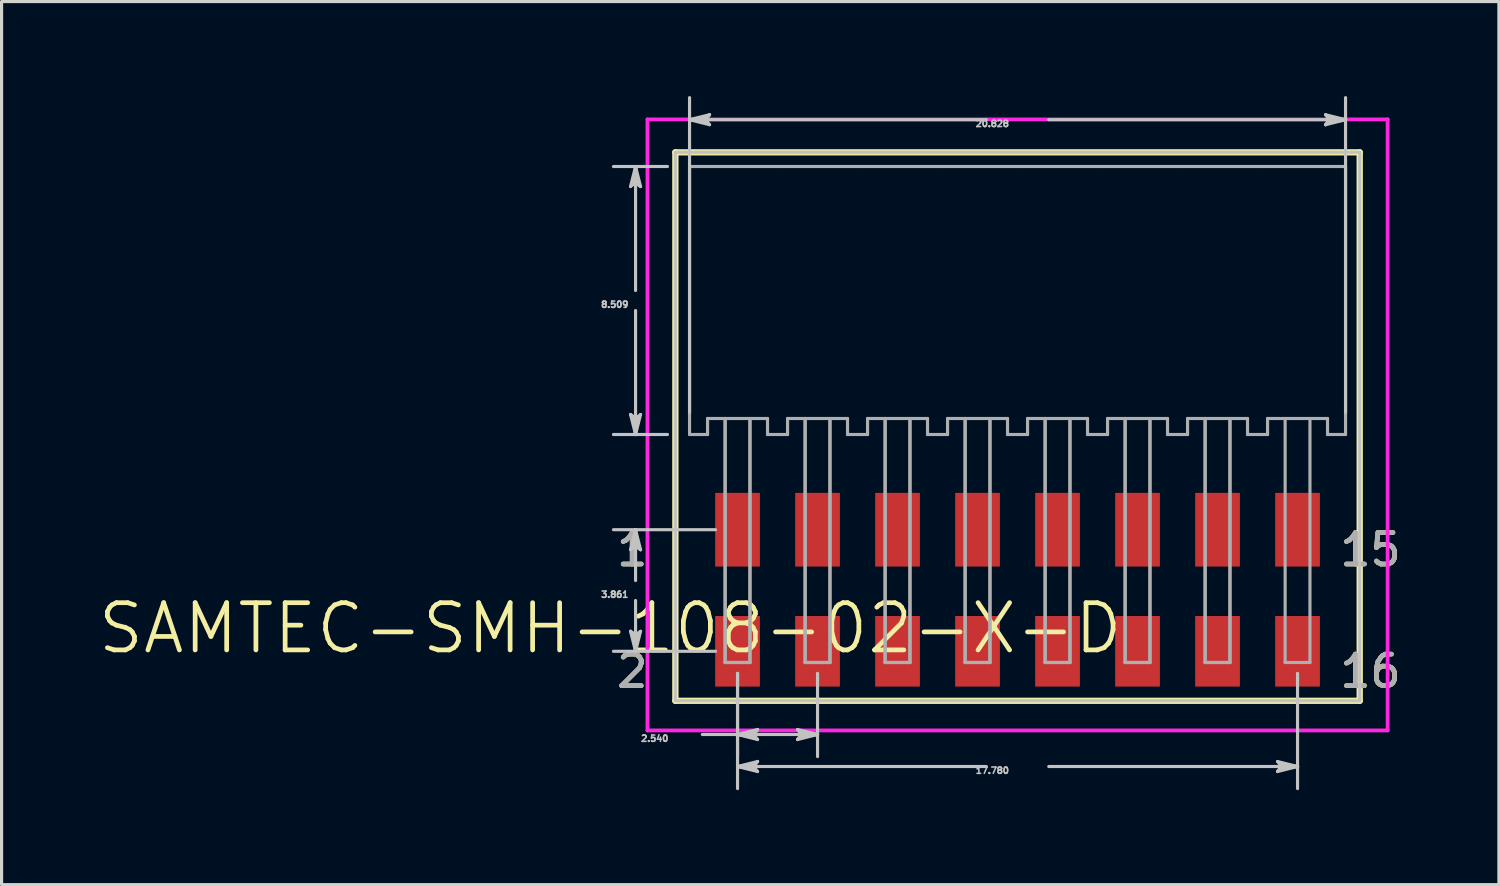
<source format=kicad_pcb>
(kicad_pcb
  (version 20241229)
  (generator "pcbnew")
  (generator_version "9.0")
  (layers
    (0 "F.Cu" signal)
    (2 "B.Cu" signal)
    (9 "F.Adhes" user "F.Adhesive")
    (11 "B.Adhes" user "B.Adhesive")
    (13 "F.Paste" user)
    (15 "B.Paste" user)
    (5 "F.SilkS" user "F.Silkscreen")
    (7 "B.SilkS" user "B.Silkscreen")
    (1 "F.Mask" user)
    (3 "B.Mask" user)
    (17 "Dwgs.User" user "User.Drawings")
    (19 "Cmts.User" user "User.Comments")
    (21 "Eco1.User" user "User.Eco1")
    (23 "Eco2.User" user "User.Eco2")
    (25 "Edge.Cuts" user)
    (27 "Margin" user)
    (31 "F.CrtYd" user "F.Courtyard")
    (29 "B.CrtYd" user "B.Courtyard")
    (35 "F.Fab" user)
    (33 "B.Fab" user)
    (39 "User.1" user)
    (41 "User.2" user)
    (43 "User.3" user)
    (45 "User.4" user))
  (footprint "SAMTEC-SMH-108-02-X-D"
    (layer "F.Cu")
    (at 29.257 6.491)
    (property "Reference" "SAMTEC-SMH-108-02-X-D" (at -12.932 10.408 0) (layer "F.SilkS") (effects (font (size 1.5 1.5) (thickness 0.15))))
    (attr through_hole)
    (fp_poly (pts (xy -9.651 6.056) (xy -8.129 6.056) (xy -8.129 8.498) (xy -9.651 8.498)) (stroke (width 0.01) (type solid)) (fill yes) (layer "F.Mask"))
    (fp_poly (pts (xy -9.651 9.967) (xy -8.129 9.967) (xy -8.129 12.309) (xy -9.651 12.309)) (stroke (width 0.01) (type solid)) (fill yes) (layer "F.Mask"))
    (fp_poly (pts (xy -7.111 6.056) (xy -5.589 6.056) (xy -5.589 8.498) (xy -7.111 8.498)) (stroke (width 0.01) (type solid)) (fill yes) (layer "F.Mask"))
    (fp_poly (pts (xy -7.111 9.967) (xy -5.589 9.967) (xy -5.589 12.309) (xy -7.111 12.309)) (stroke (width 0.01) (type solid)) (fill yes) (layer "F.Mask"))
    (fp_poly (pts (xy -4.571 6.056) (xy -3.049 6.056) (xy -3.049 8.498) (xy -4.571 8.498)) (stroke (width 0.01) (type solid)) (fill yes) (layer "F.Mask"))
    (fp_poly (pts (xy -4.571 9.967) (xy -3.049 9.967) (xy -3.049 12.309) (xy -4.571 12.309)) (stroke (width 0.01) (type solid)) (fill yes) (layer "F.Mask"))
    (fp_poly (pts (xy -2.031 6.056) (xy -0.509 6.056) (xy -0.509 8.498) (xy -2.031 8.498)) (stroke (width 0.01) (type solid)) (fill yes) (layer "F.Mask"))
    (fp_poly (pts (xy -2.031 9.967) (xy -0.509 9.967) (xy -0.509 12.309) (xy -2.031 12.309)) (stroke (width 0.01) (type solid)) (fill yes) (layer "F.Mask"))
    (fp_poly (pts (xy 0.509 6.056) (xy 2.031 6.056) (xy 2.031 8.498) (xy 0.509 8.498)) (stroke (width 0.01) (type solid)) (fill yes) (layer "F.Mask"))
    (fp_poly (pts (xy 0.509 9.967) (xy 2.031 9.967) (xy 2.031 12.309) (xy 0.509 12.309)) (stroke (width 0.01) (type solid)) (fill yes) (layer "F.Mask"))
    (fp_poly (pts (xy 3.049 6.056) (xy 4.571 6.056) (xy 4.571 8.498) (xy 3.049 8.498)) (stroke (width 0.01) (type solid)) (fill yes) (layer "F.Mask"))
    (fp_poly (pts (xy 3.049 9.967) (xy 4.571 9.967) (xy 4.571 12.309) (xy 3.049 12.309)) (stroke (width 0.01) (type solid)) (fill yes) (layer "F.Mask"))
    (fp_poly (pts (xy 5.589 6.056) (xy 7.111 6.056) (xy 7.111 8.498) (xy 5.589 8.498)) (stroke (width 0.01) (type solid)) (fill yes) (layer "F.Mask"))
    (fp_poly (pts (xy 5.589 9.967) (xy 7.111 9.967) (xy 7.111 12.309) (xy 5.589 12.309)) (stroke (width 0.01) (type solid)) (fill yes) (layer "F.Mask"))
    (fp_poly (pts (xy 8.129 6.056) (xy 9.651 6.056) (xy 9.651 8.498) (xy 8.129 8.498)) (stroke (width 0.01) (type solid)) (fill yes) (layer "F.Mask"))
    (fp_poly (pts (xy 8.129 9.967) (xy 9.651 9.967) (xy 9.651 12.309) (xy 8.129 12.309)) (stroke (width 0.01) (type solid)) (fill yes) (layer "F.Mask"))
    (fp_line (start -10.864 -4.705) (end -10.864 12.709) (stroke (width 0.2) (type solid)) (layer "F.SilkS"))
    (fp_line (start -10.864 12.709) (end 10.864 12.709) (stroke (width 0.2) (type solid)) (layer "F.SilkS"))
    (fp_line (start 10.864 -4.705) (end -10.864 -4.705) (stroke (width 0.2) (type solid)) (layer "F.SilkS"))
    (fp_line (start 10.864 12.709) (end 10.864 -4.705) (stroke (width 0.2) (type solid)) (layer "F.SilkS"))
    (fp_poly (pts (xy -9.6 6.107) (xy -8.18 6.107) (xy -8.18 8.447) (xy -9.6 8.447)) (stroke (width 0.01) (type solid)) (fill yes) (layer "F.Paste"))
    (fp_poly (pts (xy -9.6 10.018) (xy -8.18 10.018) (xy -8.18 12.258) (xy -9.6 12.258)) (stroke (width 0.01) (type solid)) (fill yes) (layer "F.Paste"))
    (fp_poly (pts (xy -7.06 6.107) (xy -5.64 6.107) (xy -5.64 8.447) (xy -7.06 8.447)) (stroke (width 0.01) (type solid)) (fill yes) (layer "F.Paste"))
    (fp_poly (pts (xy -7.06 10.018) (xy -5.64 10.018) (xy -5.64 12.258) (xy -7.06 12.258)) (stroke (width 0.01) (type solid)) (fill yes) (layer "F.Paste"))
    (fp_poly (pts (xy -4.52 6.107) (xy -3.1 6.107) (xy -3.1 8.447) (xy -4.52 8.447)) (stroke (width 0.01) (type solid)) (fill yes) (layer "F.Paste"))
    (fp_poly (pts (xy -4.52 10.018) (xy -3.1 10.018) (xy -3.1 12.258) (xy -4.52 12.258)) (stroke (width 0.01) (type solid)) (fill yes) (layer "F.Paste"))
    (fp_poly (pts (xy -1.98 6.107) (xy -0.56 6.107) (xy -0.56 8.447) (xy -1.98 8.447)) (stroke (width 0.01) (type solid)) (fill yes) (layer "F.Paste"))
    (fp_poly (pts (xy -1.98 10.018) (xy -0.56 10.018) (xy -0.56 12.258) (xy -1.98 12.258)) (stroke (width 0.01) (type solid)) (fill yes) (layer "F.Paste"))
    (fp_poly (pts (xy 0.56 6.107) (xy 1.98 6.107) (xy 1.98 8.447) (xy 0.56 8.447)) (stroke (width 0.01) (type solid)) (fill yes) (layer "F.Paste"))
    (fp_poly (pts (xy 0.56 10.018) (xy 1.98 10.018) (xy 1.98 12.258) (xy 0.56 12.258)) (stroke (width 0.01) (type solid)) (fill yes) (layer "F.Paste"))
    (fp_poly (pts (xy 3.1 6.107) (xy 4.52 6.107) (xy 4.52 8.447) (xy 3.1 8.447)) (stroke (width 0.01) (type solid)) (fill yes) (layer "F.Paste"))
    (fp_poly (pts (xy 3.1 10.018) (xy 4.52 10.018) (xy 4.52 12.258) (xy 3.1 12.258)) (stroke (width 0.01) (type solid)) (fill yes) (layer "F.Paste"))
    (fp_poly (pts (xy 5.64 6.107) (xy 7.06 6.107) (xy 7.06 8.447) (xy 5.64 8.447)) (stroke (width 0.01) (type solid)) (fill yes) (layer "F.Paste"))
    (fp_poly (pts (xy 5.64 10.018) (xy 7.06 10.018) (xy 7.06 12.258) (xy 5.64 12.258)) (stroke (width 0.01) (type solid)) (fill yes) (layer "F.Paste"))
    (fp_poly (pts (xy 8.18 6.107) (xy 9.6 6.107) (xy 9.6 8.447) (xy 8.18 8.447)) (stroke (width 0.01) (type solid)) (fill yes) (layer "F.Paste"))
    (fp_poly (pts (xy 8.18 10.018) (xy 9.6 10.018) (xy 9.6 12.258) (xy 8.18 12.258)) (stroke (width 0.01) (type solid)) (fill yes) (layer "F.Paste"))
    (fp_line (start -12.287 -3.62) (end -12.128 -3.746) (stroke (width 0.1) (type solid)) (layer "Dwgs.User"))
    (fp_line (start -12.287 3.62) (end -12.128 4.254) (stroke (width 0.1) (type solid)) (layer "Dwgs.User"))
    (fp_line (start -12.287 7.912) (end -12.128 7.785) (stroke (width 0.1) (type solid)) (layer "Dwgs.User"))
    (fp_line (start -12.287 10.503) (end -12.128 11.138) (stroke (width 0.1) (type solid)) (layer "Dwgs.User"))
    (fp_line (start -12.208 -3.683) (end -12.128 -3.746) (stroke (width 0.1) (type solid)) (layer "Dwgs.User"))
    (fp_line (start -12.208 3.683) (end -12.287 3.62) (stroke (width 0.1) (type solid)) (layer "Dwgs.User"))
    (fp_line (start -12.208 7.849) (end -12.128 7.785) (stroke (width 0.1) (type solid)) (layer "Dwgs.User"))
    (fp_line (start -12.208 10.566) (end -12.287 10.503) (stroke (width 0.1) (type solid)) (layer "Dwgs.User"))
    (fp_line (start -12.128 -4.254) (end -12.287 -3.62) (stroke (width 0.1) (type solid)) (layer "Dwgs.User"))
    (fp_line (start -12.128 -4.254) (end -12.208 -3.683) (stroke (width 0.1) (type solid)) (layer "Dwgs.User"))
    (fp_line (start -12.128 -4.254) (end -12.049 -3.683) (stroke (width 0.1) (type solid)) (layer "Dwgs.User"))
    (fp_line (start -12.128 -3.746) (end -12.128 -4.254) (stroke (width 0.1) (type solid)) (layer "Dwgs.User"))
    (fp_line (start -12.128 -3.746) (end -11.97 -3.62) (stroke (width 0.1) (type solid)) (layer "Dwgs.User"))
    (fp_line (start -12.128 -0.318) (end -12.128 -4.254) (stroke (width 0.1) (type solid)) (layer "Dwgs.User"))
    (fp_line (start -12.128 0.318) (end -12.128 4.254) (stroke (width 0.1) (type solid)) (layer "Dwgs.User"))
    (fp_line (start -12.128 3.746) (end -12.287 3.62) (stroke (width 0.1) (type solid)) (layer "Dwgs.User"))
    (fp_line (start -12.128 3.746) (end -12.128 4.254) (stroke (width 0.1) (type solid)) (layer "Dwgs.User"))
    (fp_line (start -12.128 4.254) (end -12.208 3.683) (stroke (width 0.1) (type solid)) (layer "Dwgs.User"))
    (fp_line (start -12.128 4.254) (end -12.049 3.683) (stroke (width 0.1) (type solid)) (layer "Dwgs.User"))
    (fp_line (start -12.128 4.254) (end -11.97 3.62) (stroke (width 0.1) (type solid)) (layer "Dwgs.User"))
    (fp_line (start -12.128 7.277) (end -12.287 7.912) (stroke (width 0.1) (type solid)) (layer "Dwgs.User"))
    (fp_line (start -12.128 7.277) (end -12.208 7.849) (stroke (width 0.1) (type solid)) (layer "Dwgs.User"))
    (fp_line (start -12.128 7.277) (end -12.049 7.849) (stroke (width 0.1) (type solid)) (layer "Dwgs.User"))
    (fp_line (start -12.128 7.785) (end -12.128 7.277) (stroke (width 0.1) (type solid)) (layer "Dwgs.User"))
    (fp_line (start -12.128 7.785) (end -11.97 7.912) (stroke (width 0.1) (type solid)) (layer "Dwgs.User"))
    (fp_line (start -12.128 8.89) (end -12.128 7.277) (stroke (width 0.1) (type solid)) (layer "Dwgs.User"))
    (fp_line (start -12.128 9.525) (end -12.128 11.138) (stroke (width 0.1) (type solid)) (layer "Dwgs.User"))
    (fp_line (start -12.128 10.63) (end -12.287 10.503) (stroke (width 0.1) (type solid)) (layer "Dwgs.User"))
    (fp_line (start -12.128 10.63) (end -12.128 11.138) (stroke (width 0.1) (type solid)) (layer "Dwgs.User"))
    (fp_line (start -12.128 11.138) (end -12.208 10.566) (stroke (width 0.1) (type solid)) (layer "Dwgs.User"))
    (fp_line (start -12.128 11.138) (end -12.049 10.566) (stroke (width 0.1) (type solid)) (layer "Dwgs.User"))
    (fp_line (start -12.128 11.138) (end -11.97 10.503) (stroke (width 0.1) (type solid)) (layer "Dwgs.User"))
    (fp_line (start -12.049 -3.683) (end -11.97 -3.62) (stroke (width 0.1) (type solid)) (layer "Dwgs.User"))
    (fp_line (start -12.049 3.683) (end -12.128 3.746) (stroke (width 0.1) (type solid)) (layer "Dwgs.User"))
    (fp_line (start -12.049 7.849) (end -11.97 7.912) (stroke (width 0.1) (type solid)) (layer "Dwgs.User"))
    (fp_line (start -12.049 10.566) (end -12.128 10.63) (stroke (width 0.1) (type solid)) (layer "Dwgs.User"))
    (fp_line (start -11.97 -3.62) (end -12.128 -4.254) (stroke (width 0.1) (type solid)) (layer "Dwgs.User"))
    (fp_line (start -11.97 3.62) (end -12.128 3.746) (stroke (width 0.1) (type solid)) (layer "Dwgs.User"))
    (fp_line (start -11.97 7.912) (end -12.128 7.277) (stroke (width 0.1) (type solid)) (layer "Dwgs.User"))
    (fp_line (start -11.97 10.503) (end -12.128 10.63) (stroke (width 0.1) (type solid)) (layer "Dwgs.User"))
    (fp_line (start -11.115 -4.254) (end -12.83 -4.254) (stroke (width 0.1) (type solid)) (layer "Dwgs.User"))
    (fp_line (start -11.115 4.254) (end -12.83 4.254) (stroke (width 0.1) (type solid)) (layer "Dwgs.User"))
    (fp_line (start -10.864 -4.705) (end -10.864 12.709) (stroke (width 0.1) (type solid)) (layer "Dwgs.User"))
    (fp_line (start -10.864 12.709) (end 10.864 12.709) (stroke (width 0.1) (type solid)) (layer "Dwgs.User"))
    (fp_line (start -10.414 -5.74) (end -9.842 -5.82) (stroke (width 0.1) (type solid)) (layer "Dwgs.User"))
    (fp_line (start -10.414 -5.74) (end -9.842 -5.661) (stroke (width 0.1) (type solid)) (layer "Dwgs.User"))
    (fp_line (start -10.414 -5.74) (end -9.779 -5.582) (stroke (width 0.1) (type solid)) (layer "Dwgs.User"))
    (fp_line (start -10.414 3.553) (end -10.414 -6.441) (stroke (width 0.1) (type solid)) (layer "Dwgs.User"))
    (fp_line (start -10.008 13.78) (end -8.89 13.78) (stroke (width 0.1) (type solid)) (layer "Dwgs.User"))
    (fp_line (start -9.906 -5.74) (end -10.414 -5.74) (stroke (width 0.1) (type solid)) (layer "Dwgs.User"))
    (fp_line (start -9.906 -5.74) (end -9.779 -5.899) (stroke (width 0.1) (type solid)) (layer "Dwgs.User"))
    (fp_line (start -9.842 -5.82) (end -9.779 -5.899) (stroke (width 0.1) (type solid)) (layer "Dwgs.User"))
    (fp_line (start -9.842 -5.661) (end -9.906 -5.74) (stroke (width 0.1) (type solid)) (layer "Dwgs.User"))
    (fp_line (start -9.779 -5.899) (end -10.414 -5.74) (stroke (width 0.1) (type solid)) (layer "Dwgs.User"))
    (fp_line (start -9.779 -5.582) (end -9.906 -5.74) (stroke (width 0.1) (type solid)) (layer "Dwgs.User"))
    (fp_line (start -9.591 7.277) (end -12.83 7.277) (stroke (width 0.1) (type solid)) (layer "Dwgs.User"))
    (fp_line (start -9.591 11.138) (end -12.83 11.138) (stroke (width 0.1) (type solid)) (layer "Dwgs.User"))
    (fp_line (start -8.89 11.839) (end -8.89 14.481) (stroke (width 0.1) (type solid)) (layer "Dwgs.User"))
    (fp_line (start -8.89 11.839) (end -8.89 15.497) (stroke (width 0.1) (type solid)) (layer "Dwgs.User"))
    (fp_line (start -8.89 13.78) (end -8.318 13.7) (stroke (width 0.1) (type solid)) (layer "Dwgs.User"))
    (fp_line (start -8.89 13.78) (end -8.318 13.859) (stroke (width 0.1) (type solid)) (layer "Dwgs.User"))
    (fp_line (start -8.89 13.78) (end -8.255 13.938) (stroke (width 0.1) (type solid)) (layer "Dwgs.User"))
    (fp_line (start -8.89 13.78) (end -6.35 13.78) (stroke (width 0.1) (type solid)) (layer "Dwgs.User"))
    (fp_line (start -8.89 14.796) (end -8.318 14.716) (stroke (width 0.1) (type solid)) (layer "Dwgs.User"))
    (fp_line (start -8.89 14.796) (end -8.318 14.875) (stroke (width 0.1) (type solid)) (layer "Dwgs.User"))
    (fp_line (start -8.89 14.796) (end -8.255 14.954) (stroke (width 0.1) (type solid)) (layer "Dwgs.User"))
    (fp_line (start -8.382 13.78) (end -8.89 13.78) (stroke (width 0.1) (type solid)) (layer "Dwgs.User"))
    (fp_line (start -8.382 13.78) (end -8.255 13.621) (stroke (width 0.1) (type solid)) (layer "Dwgs.User"))
    (fp_line (start -8.382 14.796) (end -8.89 14.796) (stroke (width 0.1) (type solid)) (layer "Dwgs.User"))
    (fp_line (start -8.382 14.796) (end -8.255 14.637) (stroke (width 0.1) (type solid)) (layer "Dwgs.User"))
    (fp_line (start -8.318 13.7) (end -8.255 13.621) (stroke (width 0.1) (type solid)) (layer "Dwgs.User"))
    (fp_line (start -8.318 13.859) (end -8.382 13.78) (stroke (width 0.1) (type solid)) (layer "Dwgs.User"))
    (fp_line (start -8.318 14.716) (end -8.255 14.637) (stroke (width 0.1) (type solid)) (layer "Dwgs.User"))
    (fp_line (start -8.318 14.875) (end -8.382 14.796) (stroke (width 0.1) (type solid)) (layer "Dwgs.User"))
    (fp_line (start -8.255 13.621) (end -8.89 13.78) (stroke (width 0.1) (type solid)) (layer "Dwgs.User"))
    (fp_line (start -8.255 13.938) (end -8.382 13.78) (stroke (width 0.1) (type solid)) (layer "Dwgs.User"))
    (fp_line (start -8.255 14.637) (end -8.89 14.796) (stroke (width 0.1) (type solid)) (layer "Dwgs.User"))
    (fp_line (start -8.255 14.954) (end -8.382 14.796) (stroke (width 0.1) (type solid)) (layer "Dwgs.User"))
    (fp_line (start -6.985 13.621) (end -6.858 13.78) (stroke (width 0.1) (type solid)) (layer "Dwgs.User"))
    (fp_line (start -6.985 13.938) (end -6.35 13.78) (stroke (width 0.1) (type solid)) (layer "Dwgs.User"))
    (fp_line (start -6.922 13.7) (end -6.858 13.78) (stroke (width 0.1) (type solid)) (layer "Dwgs.User"))
    (fp_line (start -6.922 13.859) (end -6.985 13.938) (stroke (width 0.1) (type solid)) (layer "Dwgs.User"))
    (fp_line (start -6.858 13.78) (end -6.985 13.938) (stroke (width 0.1) (type solid)) (layer "Dwgs.User"))
    (fp_line (start -6.858 13.78) (end -6.35 13.78) (stroke (width 0.1) (type solid)) (layer "Dwgs.User"))
    (fp_line (start -6.35 11.839) (end -6.35 14.481) (stroke (width 0.1) (type solid)) (layer "Dwgs.User"))
    (fp_line (start -6.35 13.78) (end -6.985 13.621) (stroke (width 0.1) (type solid)) (layer "Dwgs.User"))
    (fp_line (start -6.35 13.78) (end -6.922 13.7) (stroke (width 0.1) (type solid)) (layer "Dwgs.User"))
    (fp_line (start -6.35 13.78) (end -6.922 13.859) (stroke (width 0.1) (type solid)) (layer "Dwgs.User"))
    (fp_line (start -0.991 -5.74) (end -10.414 -5.74) (stroke (width 0.1) (type solid)) (layer "Dwgs.User"))
    (fp_line (start -0.991 14.796) (end -8.89 14.796) (stroke (width 0.1) (type solid)) (layer "Dwgs.User"))
    (fp_line (start 0.991 -5.74) (end 10.414 -5.74) (stroke (width 0.1) (type solid)) (layer "Dwgs.User"))
    (fp_line (start 0.991 14.796) (end 8.89 14.796) (stroke (width 0.1) (type solid)) (layer "Dwgs.User"))
    (fp_line (start 8.255 14.637) (end 8.382 14.796) (stroke (width 0.1) (type solid)) (layer "Dwgs.User"))
    (fp_line (start 8.255 14.954) (end 8.89 14.796) (stroke (width 0.1) (type solid)) (layer "Dwgs.User"))
    (fp_line (start 8.318 14.716) (end 8.382 14.796) (stroke (width 0.1) (type solid)) (layer "Dwgs.User"))
    (fp_line (start 8.318 14.875) (end 8.255 14.954) (stroke (width 0.1) (type solid)) (layer "Dwgs.User"))
    (fp_line (start 8.382 14.796) (end 8.255 14.954) (stroke (width 0.1) (type solid)) (layer "Dwgs.User"))
    (fp_line (start 8.382 14.796) (end 8.89 14.796) (stroke (width 0.1) (type solid)) (layer "Dwgs.User"))
    (fp_line (start 8.89 11.839) (end 8.89 15.497) (stroke (width 0.1) (type solid)) (layer "Dwgs.User"))
    (fp_line (start 8.89 14.796) (end 8.255 14.637) (stroke (width 0.1) (type solid)) (layer "Dwgs.User"))
    (fp_line (start 8.89 14.796) (end 8.318 14.716) (stroke (width 0.1) (type solid)) (layer "Dwgs.User"))
    (fp_line (start 8.89 14.796) (end 8.318 14.875) (stroke (width 0.1) (type solid)) (layer "Dwgs.User"))
    (fp_line (start 9.779 -5.899) (end 9.906 -5.74) (stroke (width 0.1) (type solid)) (layer "Dwgs.User"))
    (fp_line (start 9.779 -5.582) (end 10.414 -5.74) (stroke (width 0.1) (type solid)) (layer "Dwgs.User"))
    (fp_line (start 9.842 -5.82) (end 9.906 -5.74) (stroke (width 0.1) (type solid)) (layer "Dwgs.User"))
    (fp_line (start 9.842 -5.661) (end 9.779 -5.582) (stroke (width 0.1) (type solid)) (layer "Dwgs.User"))
    (fp_line (start 9.906 -5.74) (end 9.779 -5.582) (stroke (width 0.1) (type solid)) (layer "Dwgs.User"))
    (fp_line (start 9.906 -5.74) (end 10.414 -5.74) (stroke (width 0.1) (type solid)) (layer "Dwgs.User"))
    (fp_line (start 10.414 -5.74) (end 9.779 -5.899) (stroke (width 0.1) (type solid)) (layer "Dwgs.User"))
    (fp_line (start 10.414 -5.74) (end 9.842 -5.82) (stroke (width 0.1) (type solid)) (layer "Dwgs.User"))
    (fp_line (start 10.414 -5.74) (end 9.842 -5.661) (stroke (width 0.1) (type solid)) (layer "Dwgs.User"))
    (fp_line (start 10.414 3.553) (end 10.414 -6.441) (stroke (width 0.1) (type solid)) (layer "Dwgs.User"))
    (fp_line (start 10.864 -4.705) (end -10.864 -4.705) (stroke (width 0.1) (type solid)) (layer "Dwgs.User"))
    (fp_line (start 10.864 12.709) (end 10.864 -4.705) (stroke (width 0.1) (type solid)) (layer "Dwgs.User"))
    (fp_line (start -11.75 -5.75) (end 11.75 -5.75) (stroke (width 0.12) (type solid)) (layer "F.CrtYd"))
    (fp_line (start -11.75 13.65) (end -11.75 -5.75) (stroke (width 0.12) (type solid)) (layer "F.CrtYd"))
    (fp_line (start 11.75 -5.75) (end 11.75 13.65) (stroke (width 0.12) (type solid)) (layer "F.CrtYd"))
    (fp_line (start 11.75 13.65) (end -11.75 13.65) (stroke (width 0.12) (type solid)) (layer "F.CrtYd"))
    (fp_line (start -10.414 -4.254) (end -10.414 4.254) (stroke (width 0.1) (type solid)) (layer "F.Fab"))
    (fp_line (start -10.414 4.254) (end -9.842 4.254) (stroke (width 0.1) (type solid)) (layer "F.Fab"))
    (fp_line (start -9.842 3.746) (end -7.938 3.746) (stroke (width 0.1) (type solid)) (layer "F.Fab"))
    (fp_line (start -9.842 4.254) (end -9.842 3.746) (stroke (width 0.1) (type solid)) (layer "F.Fab"))
    (fp_line (start -9.284 11.494) (end -9.284 3.746) (stroke (width 0.1) (type solid)) (layer "F.Fab"))
    (fp_line (start -9.284 11.494) (end -9.284 3.746) (stroke (width 0.1) (type solid)) (layer "F.Fab"))
    (fp_line (start -9.284 11.494) (end -8.496 11.494) (stroke (width 0.1) (type solid)) (layer "F.Fab"))
    (fp_line (start -9.284 11.494) (end -8.496 11.494) (stroke (width 0.1) (type solid)) (layer "F.Fab"))
    (fp_line (start -8.496 3.746) (end -8.496 11.494) (stroke (width 0.1) (type solid)) (layer "F.Fab"))
    (fp_line (start -8.496 11.494) (end -8.496 3.746) (stroke (width 0.1) (type solid)) (layer "F.Fab"))
    (fp_line (start -7.938 3.746) (end -7.938 4.254) (stroke (width 0.1) (type solid)) (layer "F.Fab"))
    (fp_line (start -7.62 -4.254) (end -10.414 -4.254) (stroke (width 0.1) (type solid)) (layer "F.Fab"))
    (fp_line (start -7.62 4.254) (end -7.938 4.254) (stroke (width 0.1) (type solid)) (layer "F.Fab"))
    (fp_line (start -7.62 4.254) (end -7.302 4.254) (stroke (width 0.1) (type solid)) (layer "F.Fab"))
    (fp_line (start -7.302 3.746) (end -5.398 3.746) (stroke (width 0.1) (type solid)) (layer "F.Fab"))
    (fp_line (start -7.302 4.254) (end -7.302 3.746) (stroke (width 0.1) (type solid)) (layer "F.Fab"))
    (fp_line (start -6.744 11.494) (end -6.744 3.746) (stroke (width 0.1) (type solid)) (layer "F.Fab"))
    (fp_line (start -6.744 11.494) (end -6.744 3.746) (stroke (width 0.1) (type solid)) (layer "F.Fab"))
    (fp_line (start -6.744 11.494) (end -5.956 11.494) (stroke (width 0.1) (type solid)) (layer "F.Fab"))
    (fp_line (start -6.744 11.494) (end -5.956 11.494) (stroke (width 0.1) (type solid)) (layer "F.Fab"))
    (fp_line (start -5.956 3.746) (end -5.956 11.494) (stroke (width 0.1) (type solid)) (layer "F.Fab"))
    (fp_line (start -5.956 11.494) (end -5.956 3.746) (stroke (width 0.1) (type solid)) (layer "F.Fab"))
    (fp_line (start -5.398 3.746) (end -5.398 4.254) (stroke (width 0.1) (type solid)) (layer "F.Fab"))
    (fp_line (start -5.08 -4.254) (end -7.62 -4.254) (stroke (width 0.1) (type solid)) (layer "F.Fab"))
    (fp_line (start -5.08 4.254) (end -5.398 4.254) (stroke (width 0.1) (type solid)) (layer "F.Fab"))
    (fp_line (start -5.08 4.254) (end -4.762 4.254) (stroke (width 0.1) (type solid)) (layer "F.Fab"))
    (fp_line (start -4.762 3.746) (end -2.858 3.746) (stroke (width 0.1) (type solid)) (layer "F.Fab"))
    (fp_line (start -4.762 4.254) (end -4.762 3.746) (stroke (width 0.1) (type solid)) (layer "F.Fab"))
    (fp_line (start -4.204 11.494) (end -4.204 3.746) (stroke (width 0.1) (type solid)) (layer "F.Fab"))
    (fp_line (start -4.204 11.494) (end -4.204 3.746) (stroke (width 0.1) (type solid)) (layer "F.Fab"))
    (fp_line (start -4.204 11.494) (end -3.416 11.494) (stroke (width 0.1) (type solid)) (layer "F.Fab"))
    (fp_line (start -4.204 11.494) (end -3.416 11.494) (stroke (width 0.1) (type solid)) (layer "F.Fab"))
    (fp_line (start -3.416 3.746) (end -3.416 11.494) (stroke (width 0.1) (type solid)) (layer "F.Fab"))
    (fp_line (start -3.416 11.494) (end -3.416 3.746) (stroke (width 0.1) (type solid)) (layer "F.Fab"))
    (fp_line (start -2.858 3.746) (end -2.858 4.254) (stroke (width 0.1) (type solid)) (layer "F.Fab"))
    (fp_line (start -2.54 -4.254) (end -5.08 -4.254) (stroke (width 0.1) (type solid)) (layer "F.Fab"))
    (fp_line (start -2.54 4.254) (end -2.858 4.254) (stroke (width 0.1) (type solid)) (layer "F.Fab"))
    (fp_line (start -2.54 4.254) (end -2.222 4.254) (stroke (width 0.1) (type solid)) (layer "F.Fab"))
    (fp_line (start -2.222 3.746) (end -0.318 3.746) (stroke (width 0.1) (type solid)) (layer "F.Fab"))
    (fp_line (start -2.222 4.254) (end -2.222 3.746) (stroke (width 0.1) (type solid)) (layer "F.Fab"))
    (fp_line (start -1.664 11.494) (end -1.664 3.746) (stroke (width 0.1) (type solid)) (layer "F.Fab"))
    (fp_line (start -1.664 11.494) (end -1.664 3.746) (stroke (width 0.1) (type solid)) (layer "F.Fab"))
    (fp_line (start -1.664 11.494) (end -0.876 11.494) (stroke (width 0.1) (type solid)) (layer "F.Fab"))
    (fp_line (start -1.664 11.494) (end -0.876 11.494) (stroke (width 0.1) (type solid)) (layer "F.Fab"))
    (fp_line (start -0.876 3.746) (end -0.876 11.494) (stroke (width 0.1) (type solid)) (layer "F.Fab"))
    (fp_line (start -0.876 11.494) (end -0.876 3.746) (stroke (width 0.1) (type solid)) (layer "F.Fab"))
    (fp_line (start -0.318 3.746) (end -0.318 4.254) (stroke (width 0.1) (type solid)) (layer "F.Fab"))
    (fp_line (start 0 -4.254) (end -2.54 -4.254) (stroke (width 0.1) (type solid)) (layer "F.Fab"))
    (fp_line (start 0 4.254) (end -0.318 4.254) (stroke (width 0.1) (type solid)) (layer "F.Fab"))
    (fp_line (start 0 4.254) (end 0.318 4.254) (stroke (width 0.1) (type solid)) (layer "F.Fab"))
    (fp_line (start 0.318 3.746) (end 2.222 3.746) (stroke (width 0.1) (type solid)) (layer "F.Fab"))
    (fp_line (start 0.318 4.254) (end 0.318 3.746) (stroke (width 0.1) (type solid)) (layer "F.Fab"))
    (fp_line (start 0.876 11.494) (end 0.876 3.746) (stroke (width 0.1) (type solid)) (layer "F.Fab"))
    (fp_line (start 0.876 11.494) (end 0.876 3.746) (stroke (width 0.1) (type solid)) (layer "F.Fab"))
    (fp_line (start 0.876 11.494) (end 1.664 11.494) (stroke (width 0.1) (type solid)) (layer "F.Fab"))
    (fp_line (start 0.876 11.494) (end 1.664 11.494) (stroke (width 0.1) (type solid)) (layer "F.Fab"))
    (fp_line (start 1.664 3.746) (end 1.664 11.494) (stroke (width 0.1) (type solid)) (layer "F.Fab"))
    (fp_line (start 1.664 11.494) (end 1.664 3.746) (stroke (width 0.1) (type solid)) (layer "F.Fab"))
    (fp_line (start 2.222 3.746) (end 2.222 4.254) (stroke (width 0.1) (type solid)) (layer "F.Fab"))
    (fp_line (start 2.54 -4.254) (end 0 -4.254) (stroke (width 0.1) (type solid)) (layer "F.Fab"))
    (fp_line (start 2.54 4.254) (end 2.222 4.254) (stroke (width 0.1) (type solid)) (layer "F.Fab"))
    (fp_line (start 2.54 4.254) (end 2.858 4.254) (stroke (width 0.1) (type solid)) (layer "F.Fab"))
    (fp_line (start 2.858 3.746) (end 4.762 3.746) (stroke (width 0.1) (type solid)) (layer "F.Fab"))
    (fp_line (start 2.858 4.254) (end 2.858 3.746) (stroke (width 0.1) (type solid)) (layer "F.Fab"))
    (fp_line (start 3.416 11.494) (end 3.416 3.746) (stroke (width 0.1) (type solid)) (layer "F.Fab"))
    (fp_line (start 3.416 11.494) (end 3.416 3.746) (stroke (width 0.1) (type solid)) (layer "F.Fab"))
    (fp_line (start 3.416 11.494) (end 4.204 11.494) (stroke (width 0.1) (type solid)) (layer "F.Fab"))
    (fp_line (start 3.416 11.494) (end 4.204 11.494) (stroke (width 0.1) (type solid)) (layer "F.Fab"))
    (fp_line (start 4.204 3.746) (end 4.204 11.494) (stroke (width 0.1) (type solid)) (layer "F.Fab"))
    (fp_line (start 4.204 11.494) (end 4.204 3.746) (stroke (width 0.1) (type solid)) (layer "F.Fab"))
    (fp_line (start 4.762 3.746) (end 4.762 4.254) (stroke (width 0.1) (type solid)) (layer "F.Fab"))
    (fp_line (start 5.08 -4.254) (end 2.54 -4.254) (stroke (width 0.1) (type solid)) (layer "F.Fab"))
    (fp_line (start 5.08 4.254) (end 4.762 4.254) (stroke (width 0.1) (type solid)) (layer "F.Fab"))
    (fp_line (start 5.08 4.254) (end 5.398 4.254) (stroke (width 0.1) (type solid)) (layer "F.Fab"))
    (fp_line (start 5.398 3.746) (end 7.302 3.746) (stroke (width 0.1) (type solid)) (layer "F.Fab"))
    (fp_line (start 5.398 4.254) (end 5.398 3.746) (stroke (width 0.1) (type solid)) (layer "F.Fab"))
    (fp_line (start 5.956 11.494) (end 5.956 3.746) (stroke (width 0.1) (type solid)) (layer "F.Fab"))
    (fp_line (start 5.956 11.494) (end 5.956 3.746) (stroke (width 0.1) (type solid)) (layer "F.Fab"))
    (fp_line (start 5.956 11.494) (end 6.744 11.494) (stroke (width 0.1) (type solid)) (layer "F.Fab"))
    (fp_line (start 5.956 11.494) (end 6.744 11.494) (stroke (width 0.1) (type solid)) (layer "F.Fab"))
    (fp_line (start 6.744 3.746) (end 6.744 11.494) (stroke (width 0.1) (type solid)) (layer "F.Fab"))
    (fp_line (start 6.744 11.494) (end 6.744 3.746) (stroke (width 0.1) (type solid)) (layer "F.Fab"))
    (fp_line (start 7.302 3.746) (end 7.302 4.254) (stroke (width 0.1) (type solid)) (layer "F.Fab"))
    (fp_line (start 7.62 -4.254) (end 5.08 -4.254) (stroke (width 0.1) (type solid)) (layer "F.Fab"))
    (fp_line (start 7.62 -4.254) (end 10.414 -4.254) (stroke (width 0.1) (type solid)) (layer "F.Fab"))
    (fp_line (start 7.62 4.254) (end 7.302 4.254) (stroke (width 0.1) (type solid)) (layer "F.Fab"))
    (fp_line (start 7.62 4.254) (end 7.938 4.254) (stroke (width 0.1) (type solid)) (layer "F.Fab"))
    (fp_line (start 7.938 3.746) (end 9.842 3.746) (stroke (width 0.1) (type solid)) (layer "F.Fab"))
    (fp_line (start 7.938 4.254) (end 7.938 3.746) (stroke (width 0.1) (type solid)) (layer "F.Fab"))
    (fp_line (start 8.496 11.494) (end 8.496 3.746) (stroke (width 0.1) (type solid)) (layer "F.Fab"))
    (fp_line (start 8.496 11.494) (end 9.284 11.494) (stroke (width 0.1) (type solid)) (layer "F.Fab"))
    (fp_line (start 9.284 11.494) (end 9.284 3.746) (stroke (width 0.1) (type solid)) (layer "F.Fab"))
    (fp_line (start 9.842 3.746) (end 9.842 4.254) (stroke (width 0.1) (type solid)) (layer "F.Fab"))
    (fp_line (start 9.842 4.254) (end 10.414 4.254) (stroke (width 0.1) (type solid)) (layer "F.Fab"))
    (fp_line (start 10.414 -4.254) (end 10.414 4.254) (stroke (width 0.1) (type solid)) (layer "F.Fab"))
    (fp_text user "15" (at 11.205 7.912 0) (layer "F.SilkS") (effects (font (size 1 1) (thickness 0.15))))
    (fp_text user "2" (at -12.234 11.773 0) (layer "F.SilkS") (effects (font (size 1 1) (thickness 0.15))))
    (fp_text user "16" (at 11.205 11.773 0) (layer "F.SilkS") (effects (font (size 1 1) (thickness 0.15))))
    (fp_text user "1" (at -12.234 7.912 0) (layer "F.SilkS") (effects (font (size 1 1) (thickness 0.15))))
    (fp_text user "17.780" (at -0.8 14.922 0) (layer "Dwgs.User") (effects (font (size 0.2 0.2) (thickness 0.15))))
    (fp_text user "20.828" (at -0.8 -5.613 0) (layer "Dwgs.User") (effects (font (size 0.2 0.2) (thickness 0.15))))
    (fp_text user "3.861" (at -12.789 9.334 0) (layer "Dwgs.User") (effects (font (size 0.2 0.2) (thickness 0.15))))
    (fp_text user "8.509" (at -12.789 0.127 0) (layer "Dwgs.User") (effects (font (size 0.2 0.2) (thickness 0.15))))
    (fp_text user "2.540" (at -11.519 13.906 0) (layer "Dwgs.User") (effects (font (size 0.2 0.2) (thickness 0.15))))
    (fp_text user "16" (at 11.205 11.773 0) (layer "F.Fab") (effects (font (size 1 1) (thickness 0.15))))
    (fp_text user "2" (at -12.234 11.773 0) (layer "F.Fab") (effects (font (size 1 1) (thickness 0.15))))
    (fp_text user "15" (at 11.205 7.912 0) (layer "F.Fab") (effects (font (size 1 1) (thickness 0.15))))
    (fp_text user "1" (at -12.234 7.912 0) (layer "F.Fab") (effects (font (size 1 1) (thickness 0.15))))
    (pad "1" smd rect (at -8.89 7.277) (size 1.42 2.34) (layers "F.Cu" "F.Paste"))
    (pad "2" smd rect (at -8.89 11.138) (size 1.42 2.24) (layers "F.Cu" "F.Paste"))
    (pad "3" smd rect (at -6.35 7.277) (size 1.42 2.34) (layers "F.Cu" "F.Paste"))
    (pad "4" smd rect (at -6.35 11.138) (size 1.42 2.24) (layers "F.Cu" "F.Paste"))
    (pad "5" smd rect (at -3.81 7.277) (size 1.42 2.34) (layers "F.Cu" "F.Paste"))
    (pad "6" smd rect (at -3.81 11.138) (size 1.42 2.24) (layers "F.Cu" "F.Paste"))
    (pad "7" smd rect (at -1.27 7.277) (size 1.42 2.34) (layers "F.Cu" "F.Paste"))
    (pad "8" smd rect (at -1.27 11.138) (size 1.42 2.24) (layers "F.Cu" "F.Paste"))
    (pad "9" smd rect (at 1.27 7.277) (size 1.42 2.34) (layers "F.Cu" "F.Paste"))
    (pad "10" smd rect (at 1.27 11.138) (size 1.42 2.24) (layers "F.Cu" "F.Paste"))
    (pad "11" smd rect (at 3.81 7.277) (size 1.42 2.34) (layers "F.Cu" "F.Paste"))
    (pad "12" smd rect (at 3.81 11.138) (size 1.42 2.24) (layers "F.Cu" "F.Paste"))
    (pad "13" smd rect (at 6.35 7.277) (size 1.42 2.34) (layers "F.Cu" "F.Paste"))
    (pad "14" smd rect (at 6.35 11.138) (size 1.42 2.24) (layers "F.Cu" "F.Paste"))
    (pad "15" smd rect (at 8.89 7.277) (size 1.42 2.34) (layers "F.Cu" "F.Paste"))
    (pad "16" smd rect (at 8.89 11.138) (size 1.42 2.24) (layers "F.Cu" "F.Paste")))
  (gr_rect
    (start -3 -3)
    (end 44.54 25.038)
    (stroke (width 0.1) (type default))
    (fill no)
    (layer "Edge.Cuts")))
</source>
